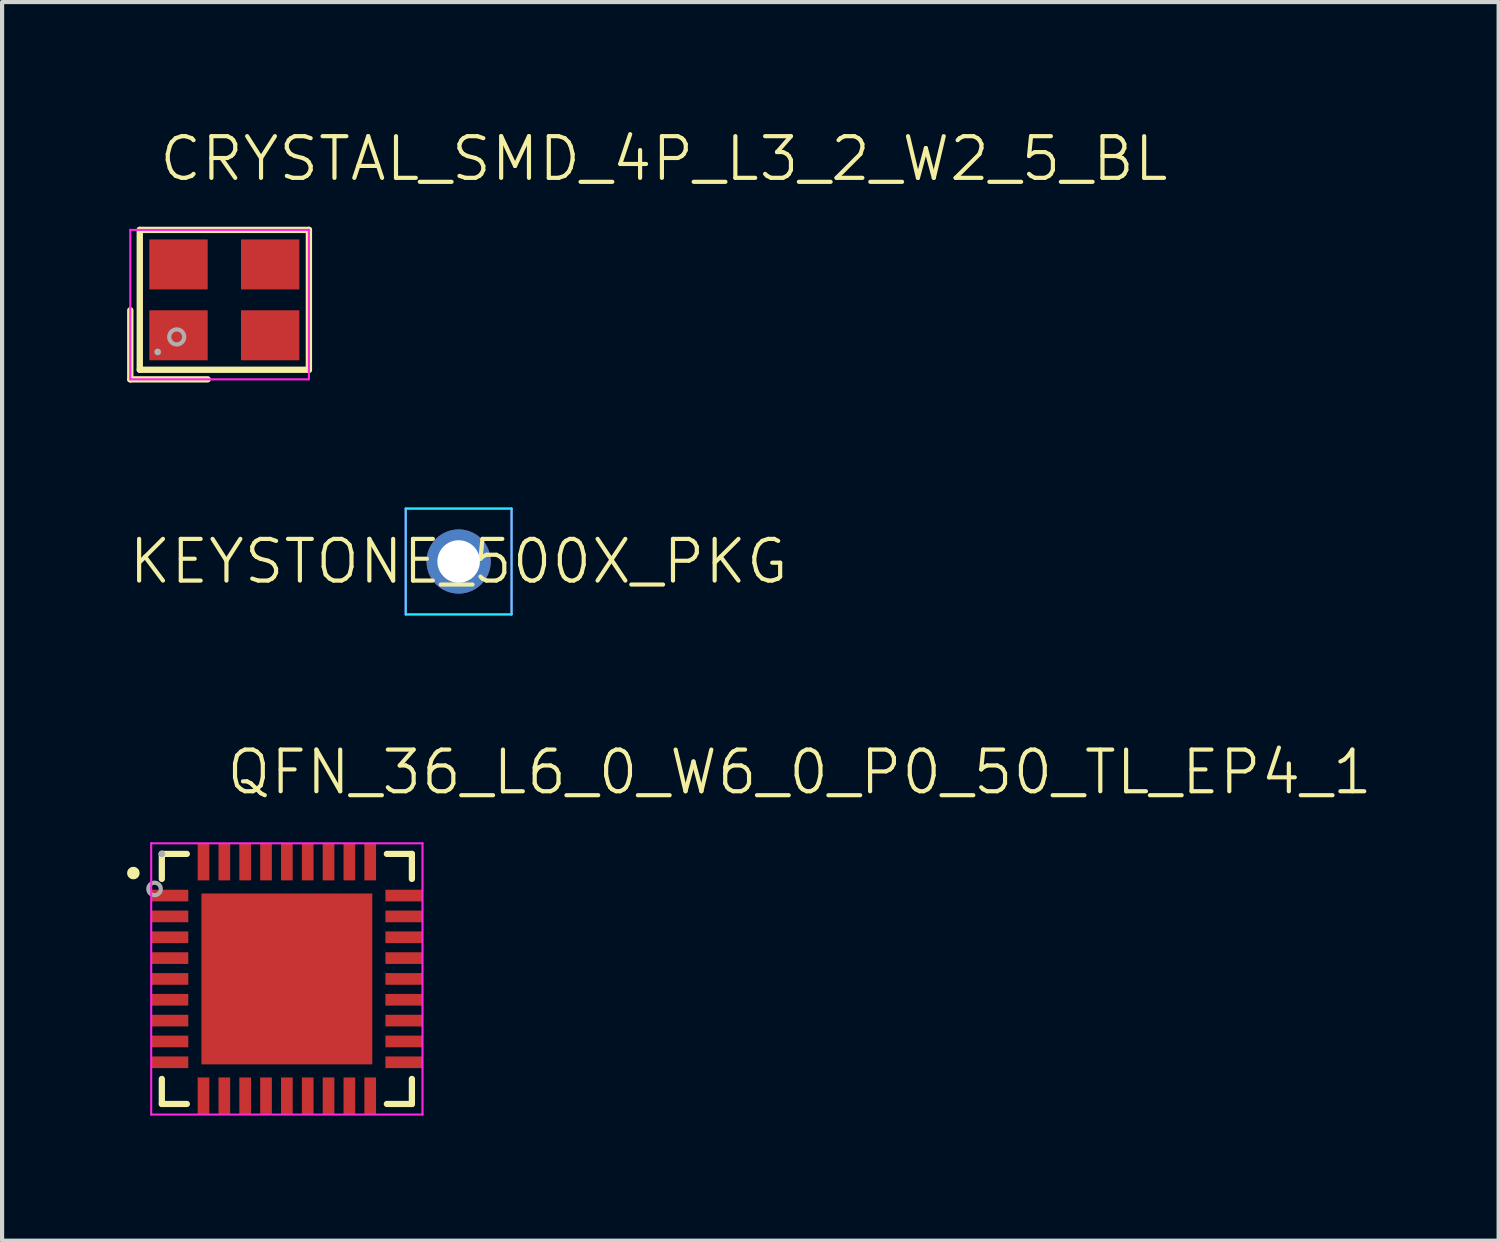
<source format=kicad_pcb>
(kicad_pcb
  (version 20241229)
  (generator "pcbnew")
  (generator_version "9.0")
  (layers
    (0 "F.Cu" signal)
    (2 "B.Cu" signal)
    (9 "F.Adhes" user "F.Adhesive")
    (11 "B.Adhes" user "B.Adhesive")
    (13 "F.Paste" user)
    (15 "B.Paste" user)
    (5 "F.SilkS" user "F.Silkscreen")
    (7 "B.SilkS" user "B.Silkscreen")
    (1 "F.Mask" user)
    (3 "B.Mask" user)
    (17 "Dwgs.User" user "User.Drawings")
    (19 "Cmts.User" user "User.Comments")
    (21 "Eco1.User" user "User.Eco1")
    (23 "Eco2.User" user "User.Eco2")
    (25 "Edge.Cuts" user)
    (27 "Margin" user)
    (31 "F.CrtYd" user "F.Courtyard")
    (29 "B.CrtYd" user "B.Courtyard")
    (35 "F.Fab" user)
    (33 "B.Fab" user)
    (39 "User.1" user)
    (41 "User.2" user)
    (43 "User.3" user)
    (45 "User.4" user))
  (footprint "CRYSTAL_SMD_4P_L3_2_W2_5_BL"
    (layer "F.Cu")
    (at 2.219 4.259)
    (property "Reference" "CRYSTAL_SMD_4P_L3_2_W2_5_BL" (at -1.5 -3.499 0) (layer "F.SilkS") (effects (font (size 1 1) (thickness 0.1)) (justify left)))
    (fp_line (start -2.143 0.136) (end -2.143 1.793) (stroke (width 0.152) (type solid)) (layer "F.SilkS"))
    (fp_line (start -2.143 1.793) (end -0.286 1.793) (stroke (width 0.152) (type solid)) (layer "F.SilkS"))
    (fp_line (start -1.915 -1.793) (end 2.143 -1.793) (stroke (width 0.152) (type solid)) (layer "F.SilkS"))
    (fp_line (start -1.915 1.564) (end -1.915 -1.793) (stroke (width 0.152) (type solid)) (layer "F.SilkS"))
    (fp_line (start 2.143 -1.793) (end 2.143 1.564) (stroke (width 0.152) (type solid)) (layer "F.SilkS"))
    (fp_line (start 2.143 1.564) (end -1.915 1.564) (stroke (width 0.152) (type solid)) (layer "F.SilkS"))
    (fp_line (start -2.143 -1.793) (end -2.143 1.793) (stroke (width 0.05) (type solid)) (layer "F.CrtYd"))
    (fp_line (start -2.143 1.793) (end 2.143 1.793) (stroke (width 0.05) (type solid)) (layer "F.CrtYd"))
    (fp_line (start 2.143 -1.793) (end -2.143 -1.793) (stroke (width 0.05) (type solid)) (layer "F.CrtYd"))
    (fp_line (start 2.143 1.793) (end 2.143 -1.793) (stroke (width 0.05) (type solid)) (layer "F.CrtYd"))
    (fp_poly (pts (xy -1.456 1.136) (xy -1.457 1.13) (xy -1.458 1.125) (xy -1.461 1.119) (xy -1.465 1.115) (xy -1.469 1.111) (xy -1.475 1.108) (xy -1.48 1.107) (xy -1.486 1.106) (xy -1.492 1.107) (xy -1.497 1.108) (xy -1.503 1.111) (xy -1.507 1.115) (xy -1.511 1.119) (xy -1.514 1.125) (xy -1.515 1.13) (xy -1.516 1.136) (xy -1.515 1.142) (xy -1.514 1.147) (xy -1.511 1.153) (xy -1.507 1.157) (xy -1.503 1.161) (xy -1.497 1.164) (xy -1.492 1.165) (xy -1.486 1.166) (xy -1.48 1.165) (xy -1.475 1.164) (xy -1.469 1.161) (xy -1.465 1.157) (xy -1.461 1.153) (xy -1.458 1.147) (xy -1.457 1.142)) (stroke (width 0.1) (type solid)) (fill no) (layer "F.Fab"))
    (fp_poly (pts (xy -0.849 0.775) (xy -0.852 0.74) (xy -0.863 0.706) (xy -0.879 0.675) (xy -0.902 0.648) (xy -0.929 0.625) (xy -0.96 0.609) (xy -0.994 0.598) (xy -1.029 0.595) (xy -1.064 0.598) (xy -1.098 0.609) (xy -1.129 0.625) (xy -1.156 0.648) (xy -1.179 0.675) (xy -1.195 0.706) (xy -1.206 0.74) (xy -1.209 0.775) (xy -1.206 0.81) (xy -1.195 0.844) (xy -1.179 0.875) (xy -1.156 0.902) (xy -1.129 0.925) (xy -1.098 0.941) (xy -1.064 0.952) (xy -1.029 0.955) (xy -0.994 0.952) (xy -0.96 0.941) (xy -0.929 0.925) (xy -0.902 0.902) (xy -0.879 0.875) (xy -0.863 0.844) (xy -0.852 0.81)) (stroke (width 0.1) (type solid)) (fill no) (layer "F.Fab"))
    (pad "1" smd rect (at -0.986 0.736) (size 1.4 1.2) (layers "F.Cu" "F.Mask" "F.Paste"))
    (pad "2" smd rect (at 1.214 0.736) (size 1.4 1.2) (layers "F.Cu" "F.Mask" "F.Paste"))
    (pad "3" smd rect (at 1.214 -0.964) (size 1.4 1.2) (layers "F.Cu" "F.Mask" "F.Paste"))
    (pad "4" smd rect (at -0.986 -0.964) (size 1.4 1.2) (layers "F.Cu" "F.Mask" "F.Paste")))
  (footprint "QFN_36_L6_0_W6_0_P0_50_TL_EP4_1"
    (layer "F.Cu")
    (at 3.833 20.439)
    (property "Reference" "QFN_36_L6_0_W6_0_P0_50_TL_EP4_1" (at -1.5 -4.961 0) (layer "F.SilkS") (effects (font (size 1 1) (thickness 0.1)) (justify left)))
    (fp_line (start -3 -3) (end -3 -2.4) (stroke (width 0.15) (type solid)) (layer "F.SilkS"))
    (fp_line (start -3 2.4) (end -3 3) (stroke (width 0.15) (type solid)) (layer "F.SilkS"))
    (fp_line (start -3 3) (end -2.4 3) (stroke (width 0.15) (type solid)) (layer "F.SilkS"))
    (fp_line (start -2.4 -3) (end -3 -3) (stroke (width 0.15) (type solid)) (layer "F.SilkS"))
    (fp_line (start 2.4 3) (end 3 3) (stroke (width 0.15) (type solid)) (layer "F.SilkS"))
    (fp_line (start 3 -3) (end 2.4 -3) (stroke (width 0.15) (type solid)) (layer "F.SilkS"))
    (fp_line (start 3 -2.4) (end 3 -3) (stroke (width 0.15) (type solid)) (layer "F.SilkS"))
    (fp_line (start 3 3) (end 3 2.4) (stroke (width 0.15) (type solid)) (layer "F.SilkS"))
    (fp_poly (pts (xy -3.533 -2.54) (xy -3.536 -2.569) (xy -3.544 -2.597) (xy -3.558 -2.623) (xy -3.577 -2.646) (xy -3.6 -2.665) (xy -3.626 -2.679) (xy -3.654 -2.687) (xy -3.683 -2.69) (xy -3.712 -2.687) (xy -3.74 -2.679) (xy -3.766 -2.665) (xy -3.789 -2.646) (xy -3.808 -2.623) (xy -3.822 -2.597) (xy -3.83 -2.569) (xy -3.833 -2.54) (xy -3.83 -2.511) (xy -3.822 -2.483) (xy -3.808 -2.457) (xy -3.789 -2.434) (xy -3.766 -2.415) (xy -3.74 -2.401) (xy -3.712 -2.393) (xy -3.683 -2.39) (xy -3.654 -2.393) (xy -3.626 -2.401) (xy -3.6 -2.415) (xy -3.577 -2.434) (xy -3.558 -2.457) (xy -3.544 -2.483) (xy -3.536 -2.511)) (stroke (width 0) (type solid)) (fill yes) (layer "F.SilkS"))
    (fp_poly (pts (xy -3.255 -1.64) (xy -3.255 -1.36) (xy -2.365 -1.36) (xy -2.365 -1.64)) (stroke (width 0) (type solid)) (fill yes) (layer "F.Paste"))
    (fp_poly (pts (xy -3.255 -1.14) (xy -3.255 -0.86) (xy -2.365 -0.86) (xy -2.365 -1.14)) (stroke (width 0) (type solid)) (fill yes) (layer "F.Paste"))
    (fp_poly (pts (xy -3.255 -0.64) (xy -3.255 -0.36) (xy -2.365 -0.36) (xy -2.365 -0.64)) (stroke (width 0) (type solid)) (fill yes) (layer "F.Paste"))
    (fp_poly (pts (xy -3.255 -0.14) (xy -3.255 0.14) (xy -2.365 0.14) (xy -2.365 -0.14)) (stroke (width 0) (type solid)) (fill yes) (layer "F.Paste"))
    (fp_poly (pts (xy -2.365 -1.86) (xy -2.365 -2.14) (xy -3.255 -2.14) (xy -3.255 -1.86)) (stroke (width 0) (type solid)) (fill yes) (layer "F.Paste"))
    (fp_poly (pts (xy -2.365 0.64) (xy -2.365 0.36) (xy -3.255 0.36) (xy -3.255 0.64)) (stroke (width 0) (type solid)) (fill yes) (layer "F.Paste"))
    (fp_poly (pts (xy -2.365 1.14) (xy -2.365 0.86) (xy -3.255 0.86) (xy -3.255 1.14)) (stroke (width 0) (type solid)) (fill yes) (layer "F.Paste"))
    (fp_poly (pts (xy -2.365 1.64) (xy -2.365 1.36) (xy -3.255 1.36) (xy -3.255 1.64)) (stroke (width 0) (type solid)) (fill yes) (layer "F.Paste"))
    (fp_poly (pts (xy -2.365 2.14) (xy -2.365 1.86) (xy -3.255 1.86) (xy -3.255 2.14)) (stroke (width 0) (type solid)) (fill yes) (layer "F.Paste"))
    (fp_poly (pts (xy -2.14 -3.255) (xy -2.14 -2.365) (xy -1.86 -2.365) (xy -1.86 -3.255)) (stroke (width 0) (type solid)) (fill yes) (layer "F.Paste"))
    (fp_poly (pts (xy -2.14 2.365) (xy -2.14 3.255) (xy -1.86 3.255) (xy -1.86 2.365)) (stroke (width 0) (type solid)) (fill yes) (layer "F.Paste"))
    (fp_poly (pts (xy -1.64 -3.255) (xy -1.64 -2.365) (xy -1.36 -2.365) (xy -1.36 -3.255)) (stroke (width 0) (type solid)) (fill yes) (layer "F.Paste"))
    (fp_poly (pts (xy -1.64 -1.64) (xy 1.64 -1.64) (xy 1.64 1.64) (xy -1.64 1.64)) (stroke (width 0) (type solid)) (fill yes) (layer "F.Paste"))
    (fp_poly (pts (xy -1.64 2.365) (xy -1.64 3.255) (xy -1.36 3.255) (xy -1.36 2.365)) (stroke (width 0) (type solid)) (fill yes) (layer "F.Paste"))
    (fp_poly (pts (xy -1.14 -3.255) (xy -1.14 -2.365) (xy -0.86 -2.365) (xy -0.86 -3.255)) (stroke (width 0) (type solid)) (fill yes) (layer "F.Paste"))
    (fp_poly (pts (xy -1.14 2.365) (xy -1.14 3.255) (xy -0.86 3.255) (xy -0.86 2.365)) (stroke (width 0) (type solid)) (fill yes) (layer "F.Paste"))
    (fp_poly (pts (xy -0.64 -3.255) (xy -0.64 -2.365) (xy -0.36 -2.365) (xy -0.36 -3.255)) (stroke (width 0) (type solid)) (fill yes) (layer "F.Paste"))
    (fp_poly (pts (xy -0.64 2.365) (xy -0.64 3.255) (xy -0.36 3.255) (xy -0.36 2.365)) (stroke (width 0) (type solid)) (fill yes) (layer "F.Paste"))
    (fp_poly (pts (xy -0.14 -3.255) (xy -0.14 -2.365) (xy 0.14 -2.365) (xy 0.14 -3.255)) (stroke (width 0) (type solid)) (fill yes) (layer "F.Paste"))
    (fp_poly (pts (xy 0.14 3.255) (xy 0.14 2.365) (xy -0.14 2.365) (xy -0.14 3.255)) (stroke (width 0) (type solid)) (fill yes) (layer "F.Paste"))
    (fp_poly (pts (xy 0.36 -3.255) (xy 0.36 -2.365) (xy 0.64 -2.365) (xy 0.64 -3.255)) (stroke (width 0) (type solid)) (fill yes) (layer "F.Paste"))
    (fp_poly (pts (xy 0.36 2.365) (xy 0.36 3.255) (xy 0.64 3.255) (xy 0.64 2.365)) (stroke (width 0) (type solid)) (fill yes) (layer "F.Paste"))
    (fp_poly (pts (xy 0.86 2.365) (xy 0.86 3.255) (xy 1.14 3.255) (xy 1.14 2.365)) (stroke (width 0) (type solid)) (fill yes) (layer "F.Paste"))
    (fp_poly (pts (xy 1.14 -2.365) (xy 1.14 -3.255) (xy 0.86 -3.255) (xy 0.86 -2.365)) (stroke (width 0) (type solid)) (fill yes) (layer "F.Paste"))
    (fp_poly (pts (xy 1.64 -2.365) (xy 1.64 -3.255) (xy 1.36 -3.255) (xy 1.36 -2.365)) (stroke (width 0) (type solid)) (fill yes) (layer "F.Paste"))
    (fp_poly (pts (xy 1.64 3.255) (xy 1.64 2.365) (xy 1.36 2.365) (xy 1.36 3.255)) (stroke (width 0) (type solid)) (fill yes) (layer "F.Paste"))
    (fp_poly (pts (xy 2.14 -2.365) (xy 2.14 -3.255) (xy 1.86 -3.255) (xy 1.86 -2.365)) (stroke (width 0) (type solid)) (fill yes) (layer "F.Paste"))
    (fp_poly (pts (xy 2.14 3.255) (xy 2.14 2.365) (xy 1.86 2.365) (xy 1.86 3.255)) (stroke (width 0) (type solid)) (fill yes) (layer "F.Paste"))
    (fp_poly (pts (xy 2.365 0.36) (xy 2.365 0.64) (xy 3.255 0.64) (xy 3.255 0.36)) (stroke (width 0) (type solid)) (fill yes) (layer "F.Paste"))
    (fp_poly (pts (xy 2.365 0.86) (xy 2.365 1.14) (xy 3.255 1.14) (xy 3.255 0.86)) (stroke (width 0) (type solid)) (fill yes) (layer "F.Paste"))
    (fp_poly (pts (xy 2.365 1.36) (xy 2.365 1.64) (xy 3.255 1.64) (xy 3.255 1.36)) (stroke (width 0) (type solid)) (fill yes) (layer "F.Paste"))
    (fp_poly (pts (xy 2.365 1.86) (xy 2.365 2.14) (xy 3.255 2.14) (xy 3.255 1.86)) (stroke (width 0) (type solid)) (fill yes) (layer "F.Paste"))
    (fp_poly (pts (xy 3.255 -1.86) (xy 3.255 -2.14) (xy 2.365 -2.14) (xy 2.365 -1.86)) (stroke (width 0) (type solid)) (fill yes) (layer "F.Paste"))
    (fp_poly (pts (xy 3.255 -1.36) (xy 3.255 -1.64) (xy 2.365 -1.64) (xy 2.365 -1.36)) (stroke (width 0) (type solid)) (fill yes) (layer "F.Paste"))
    (fp_poly (pts (xy 3.255 -0.86) (xy 3.255 -1.14) (xy 2.365 -1.14) (xy 2.365 -0.86)) (stroke (width 0) (type solid)) (fill yes) (layer "F.Paste"))
    (fp_poly (pts (xy 3.255 -0.36) (xy 3.255 -0.64) (xy 2.365 -0.64) (xy 2.365 -0.36)) (stroke (width 0) (type solid)) (fill yes) (layer "F.Paste"))
    (fp_poly (pts (xy 3.255 0.14) (xy 3.255 -0.14) (xy 2.365 -0.14) (xy 2.365 0.14)) (stroke (width 0) (type solid)) (fill yes) (layer "F.Paste"))
    (fp_line (start -3.255 -3.255) (end -3.255 3.255) (stroke (width 0.05) (type solid)) (layer "F.CrtYd"))
    (fp_line (start -3.255 3.255) (end 3.255 3.255) (stroke (width 0.05) (type solid)) (layer "F.CrtYd"))
    (fp_line (start 3.255 -3.255) (end -3.255 -3.255) (stroke (width 0.05) (type solid)) (layer "F.CrtYd"))
    (fp_line (start 3.255 3.255) (end 3.255 -3.255) (stroke (width 0.05) (type solid)) (layer "F.CrtYd"))
    (fp_poly (pts (xy -3.025 -2.159) (xy -3.028 -2.188) (xy -3.036 -2.216) (xy -3.05 -2.242) (xy -3.069 -2.265) (xy -3.092 -2.284) (xy -3.118 -2.298) (xy -3.146 -2.306) (xy -3.175 -2.309) (xy -3.204 -2.306) (xy -3.232 -2.298) (xy -3.258 -2.284) (xy -3.281 -2.265) (xy -3.3 -2.242) (xy -3.314 -2.216) (xy -3.322 -2.188) (xy -3.325 -2.159) (xy -3.322 -2.13) (xy -3.314 -2.102) (xy -3.3 -2.076) (xy -3.281 -2.053) (xy -3.258 -2.034) (xy -3.232 -2.02) (xy -3.204 -2.012) (xy -3.175 -2.009) (xy -3.146 -2.012) (xy -3.118 -2.02) (xy -3.092 -2.034) (xy -3.069 -2.053) (xy -3.05 -2.076) (xy -3.036 -2.102) (xy -3.028 -2.13)) (stroke (width 0.1) (type solid)) (fill no) (layer "F.Fab"))
    (fp_poly (pts (xy -2.97 -3.001) (xy -2.971 -3.007) (xy -2.972 -3.012) (xy -2.975 -3.018) (xy -2.979 -3.022) (xy -2.983 -3.026) (xy -2.989 -3.029) (xy -2.994 -3.03) (xy -3 -3.031) (xy -3.006 -3.03) (xy -3.011 -3.029) (xy -3.017 -3.026) (xy -3.021 -3.022) (xy -3.025 -3.018) (xy -3.028 -3.012) (xy -3.029 -3.007) (xy -3.03 -3.001) (xy -3.029 -2.995) (xy -3.028 -2.99) (xy -3.025 -2.984) (xy -3.021 -2.98) (xy -3.017 -2.976) (xy -3.011 -2.973) (xy -3.006 -2.972) (xy -3 -2.971) (xy -2.994 -2.972) (xy -2.989 -2.973) (xy -2.983 -2.976) (xy -2.979 -2.98) (xy -2.975 -2.984) (xy -2.972 -2.99) (xy -2.971 -2.995)) (stroke (width 0.1) (type solid)) (fill no) (layer "F.Fab"))
    (pad "1" smd rect (at -2.81 -2 90) (size 0.28 0.89) (layers "F.Cu" "F.Mask"))
    (pad "2" smd rect (at -2.81 -1.5 90) (size 0.28 0.89) (layers "F.Cu" "F.Mask"))
    (pad "3" smd rect (at -2.81 -1 90) (size 0.28 0.89) (layers "F.Cu" "F.Mask"))
    (pad "4" smd rect (at -2.81 -0.5 90) (size 0.28 0.89) (layers "F.Cu" "F.Mask"))
    (pad "5" smd rect (at -2.81 0 90) (size 0.28 0.89) (layers "F.Cu" "F.Mask"))
    (pad "6" smd rect (at -2.81 0.5 90) (size 0.28 0.89) (layers "F.Cu" "F.Mask"))
    (pad "7" smd rect (at -2.81 1 90) (size 0.28 0.89) (layers "F.Cu" "F.Mask"))
    (pad "8" smd rect (at -2.81 1.5 90) (size 0.28 0.89) (layers "F.Cu" "F.Mask"))
    (pad "9" smd rect (at -2.81 2 90) (size 0.28 0.89) (layers "F.Cu" "F.Mask"))
    (pad "10" smd rect (at -2 2.809 180) (size 0.28 0.89) (layers "F.Cu" "F.Mask"))
    (pad "11" smd rect (at -1.5 2.809 180) (size 0.28 0.89) (layers "F.Cu" "F.Mask"))
    (pad "12" smd rect (at -1 2.809 180) (size 0.28 0.89) (layers "F.Cu" "F.Mask"))
    (pad "13" smd rect (at -0.5 2.809 180) (size 0.28 0.89) (layers "F.Cu" "F.Mask"))
    (pad "14" smd rect (at 0 2.809 180) (size 0.28 0.89) (layers "F.Cu" "F.Mask"))
    (pad "15" smd rect (at 0.5 2.809 180) (size 0.28 0.89) (layers "F.Cu" "F.Mask"))
    (pad "16" smd rect (at 1 2.809 180) (size 0.28 0.89) (layers "F.Cu" "F.Mask"))
    (pad "17" smd rect (at 1.5 2.809 180) (size 0.28 0.89) (layers "F.Cu" "F.Mask"))
    (pad "18" smd rect (at 2 2.809 180) (size 0.28 0.89) (layers "F.Cu" "F.Mask"))
    (pad "19" smd rect (at 2.81 2 90) (size 0.28 0.89) (layers "F.Cu" "F.Mask"))
    (pad "20" smd rect (at 2.81 1.5 90) (size 0.28 0.89) (layers "F.Cu" "F.Mask"))
    (pad "21" smd rect (at 2.81 1 90) (size 0.28 0.89) (layers "F.Cu" "F.Mask"))
    (pad "22" smd rect (at 2.81 0.5 90) (size 0.28 0.89) (layers "F.Cu" "F.Mask"))
    (pad "23" smd rect (at 2.81 0 90) (size 0.28 0.89) (layers "F.Cu" "F.Mask"))
    (pad "24" smd rect (at 2.81 -0.5 90) (size 0.28 0.89) (layers "F.Cu" "F.Mask"))
    (pad "25" smd rect (at 2.81 -1 90) (size 0.28 0.89) (layers "F.Cu" "F.Mask"))
    (pad "26" smd rect (at 2.81 -1.5 90) (size 0.28 0.89) (layers "F.Cu" "F.Mask"))
    (pad "27" smd rect (at 2.81 -2 90) (size 0.28 0.89) (layers "F.Cu" "F.Mask"))
    (pad "28" smd rect (at 2 -2.81 180) (size 0.28 0.89) (layers "F.Cu" "F.Mask"))
    (pad "29" smd rect (at 1.5 -2.81 180) (size 0.28 0.89) (layers "F.Cu" "F.Mask"))
    (pad "30" smd rect (at 1 -2.81 180) (size 0.28 0.89) (layers "F.Cu" "F.Mask"))
    (pad "31" smd rect (at 0.5 -2.81 180) (size 0.28 0.89) (layers "F.Cu" "F.Mask"))
    (pad "32" smd rect (at 0 -2.81 180) (size 0.28 0.89) (layers "F.Cu" "F.Mask"))
    (pad "33" smd rect (at -0.5 -2.81 180) (size 0.28 0.89) (layers "F.Cu" "F.Mask"))
    (pad "34" smd rect (at -1 -2.81 180) (size 0.28 0.89) (layers "F.Cu" "F.Mask"))
    (pad "35" smd rect (at -1.5 -2.81 180) (size 0.28 0.89) (layers "F.Cu" "F.Mask"))
    (pad "36" smd rect (at -2 -2.81 180) (size 0.28 0.89) (layers "F.Cu" "F.Mask"))
    (pad "37" smd rect (at 0 0) (size 4.1 4.1) (layers "F.Cu" "F.Mask")))
  (footprint "KEYSTONE_500X_PKG"
    (layer "F.Cu")
    (at 7.955 10.423)
    (property "Reference" "KEYSTONE_500X_PKG" (at 0 0 0) (layer "F.SilkS") (effects (font (size 1 1) (thickness 0.1))))
    (fp_line (start -1.27 -1.27) (end -1.27 1.27) (stroke (width 0.05) (type solid)) (layer "B.CrtYd"))
    (fp_line (start -1.27 1.27) (end 1.27 1.27) (stroke (width 0.05) (type solid)) (layer "B.CrtYd"))
    (fp_line (start 1.27 -1.27) (end -1.27 -1.27) (stroke (width 0.05) (type solid)) (layer "B.CrtYd"))
    (fp_line (start 1.27 1.27) (end 1.27 -1.27) (stroke (width 0.05) (type solid)) (layer "B.CrtYd"))
    (fp_line (start -1.27 -1.27) (end -1.27 1.27) (stroke (width 0.05) (type solid)) (layer "F.CrtYd"))
    (fp_line (start -1.27 1.27) (end 1.27 1.27) (stroke (width 0.05) (type solid)) (layer "F.CrtYd"))
    (fp_line (start 1.27 -1.27) (end -1.27 -1.27) (stroke (width 0.05) (type solid)) (layer "F.CrtYd"))
    (fp_line (start 1.27 1.27) (end 1.27 -1.27) (stroke (width 0.05) (type solid)) (layer "F.CrtYd"))
    (pad "p" thru_hole circle (at 0 0) (size 1.54 1.54) (drill 1.02) (layers "*.Cu" "*.Mask")))
  (gr_rect
    (start -3 -3)
    (end 32.909 26.719)
    (stroke (width 0.1) (type default))
    (fill no)
    (layer "Edge.Cuts")))
</source>
